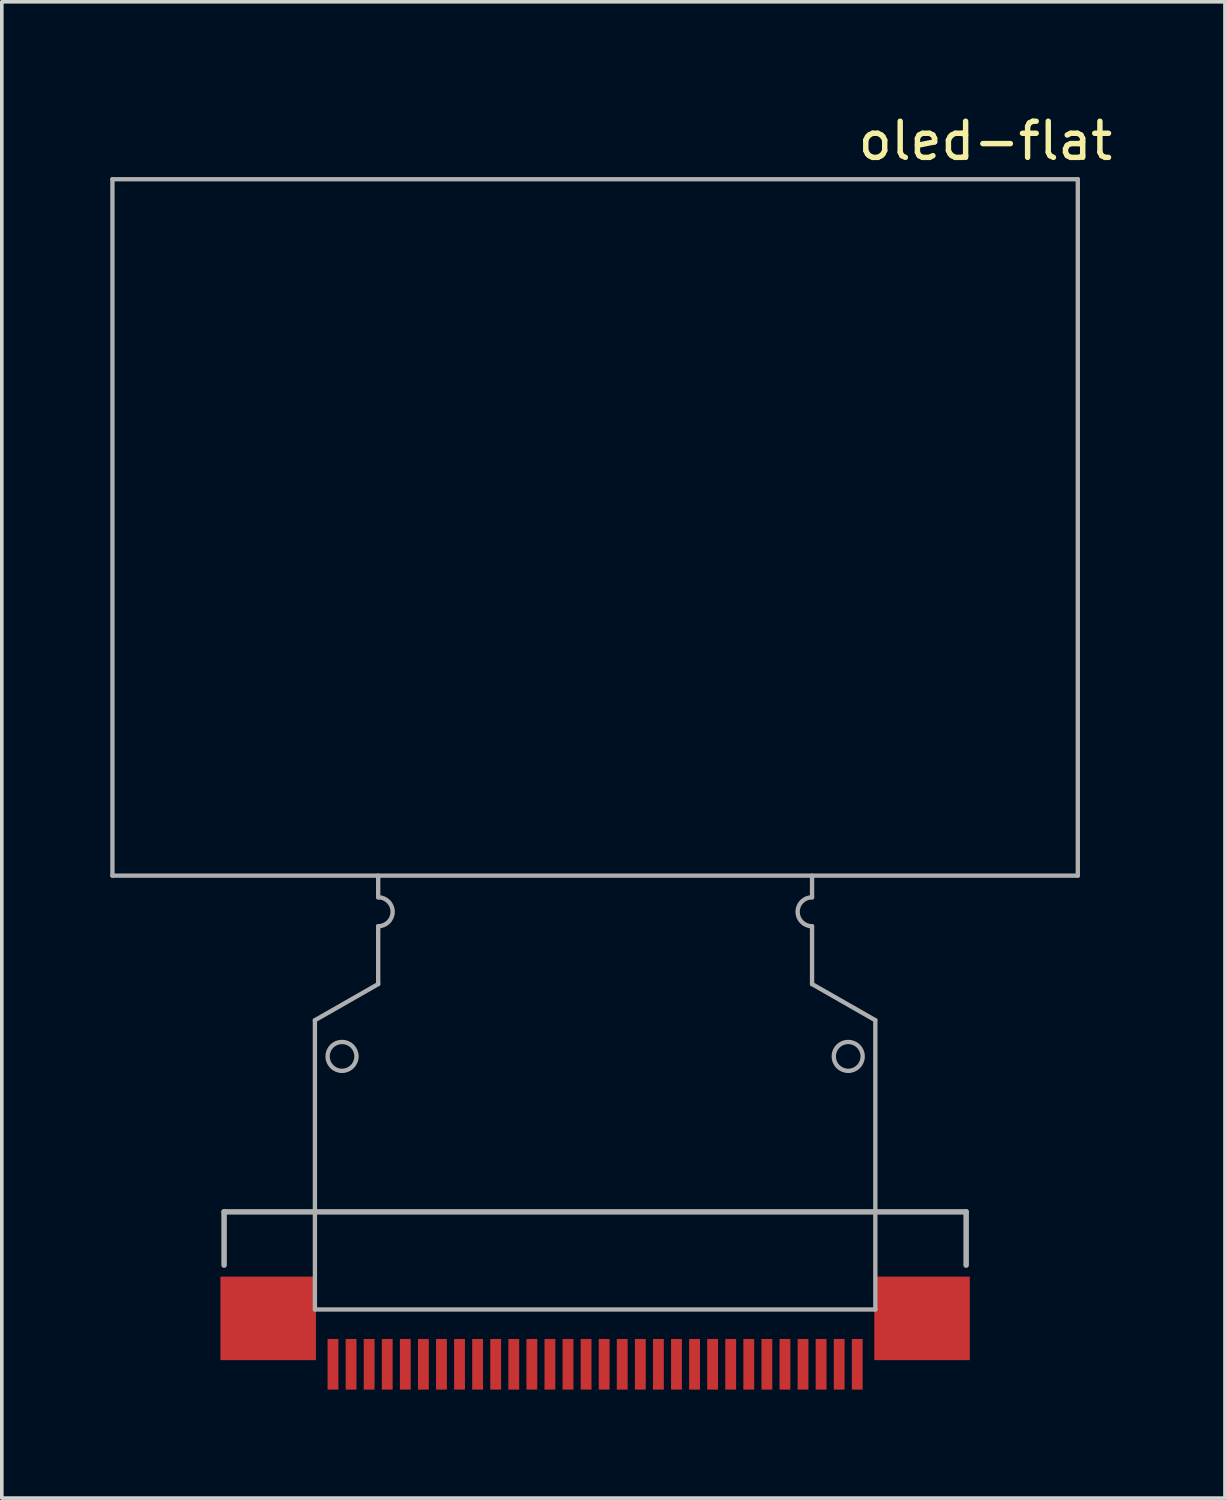
<source format=kicad_pcb>
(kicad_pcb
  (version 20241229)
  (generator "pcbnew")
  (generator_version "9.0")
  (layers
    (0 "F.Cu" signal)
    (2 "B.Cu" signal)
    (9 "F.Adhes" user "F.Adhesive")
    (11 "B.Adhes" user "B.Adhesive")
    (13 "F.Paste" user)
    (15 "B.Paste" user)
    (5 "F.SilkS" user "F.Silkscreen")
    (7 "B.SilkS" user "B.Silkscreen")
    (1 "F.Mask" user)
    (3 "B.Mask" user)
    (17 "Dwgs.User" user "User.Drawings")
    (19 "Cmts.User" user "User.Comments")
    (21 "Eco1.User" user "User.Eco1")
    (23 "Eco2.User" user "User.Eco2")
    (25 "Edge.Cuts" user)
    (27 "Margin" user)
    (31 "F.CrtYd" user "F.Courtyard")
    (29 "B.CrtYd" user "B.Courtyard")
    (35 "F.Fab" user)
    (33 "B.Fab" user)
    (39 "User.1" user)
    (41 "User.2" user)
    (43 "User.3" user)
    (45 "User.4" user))
  (footprint "oled-flat"
    (layer "F.Cu")
    (at 13.41 21.168)
    (property "Reference" "oled-flat" (at 10.795 -20.32 0) (layer "F.SilkS") (effects (font (size 1 1) (thickness 0.15))))
    (attr through_hole)
    (fp_line (start -10.262 9.3) (end -10.262 13.516) (stroke (width 0.152) (type solid)) (layer "Eco2.User"))
    (fp_line (start -10.262 13.516) (end 10.262 13.516) (stroke (width 0.152) (type solid)) (layer "Eco2.User"))
    (fp_line (start 10.262 13.516) (end 10.262 9.3) (stroke (width 0.152) (type solid)) (layer "Eco2.User"))
    (fp_line (start -13.35 -19.26) (end -13.35 0) (stroke (width 0.12) (type solid)) (layer "F.Fab"))
    (fp_line (start -13.35 -19.26) (end 13.35 -19.26) (stroke (width 0.12) (type solid)) (layer "F.Fab"))
    (fp_line (start -13.35 0) (end 13.35 0) (stroke (width 0.12) (type solid)) (layer "F.Fab"))
    (fp_line (start -10.262 9.3) (end -10.262 10.773) (stroke (width 0.152) (type solid)) (layer "F.Fab"))
    (fp_line (start -7.75 4) (end -7.75 12) (stroke (width 0.12) (type solid)) (layer "F.Fab"))
    (fp_line (start -7.75 12) (end 7.75 12) (stroke (width 0.12) (type solid)) (layer "F.Fab"))
    (fp_line (start -6 0) (end -6 0.6) (stroke (width 0.12) (type solid)) (layer "F.Fab"))
    (fp_line (start -6 1.4) (end -6 3) (stroke (width 0.12) (type solid)) (layer "F.Fab"))
    (fp_line (start -6 3) (end -7.75 4) (stroke (width 0.12) (type solid)) (layer "F.Fab"))
    (fp_line (start 6 0) (end 6 0.6) (stroke (width 0.12) (type solid)) (layer "F.Fab"))
    (fp_line (start 6 1.4) (end 6 3) (stroke (width 0.12) (type solid)) (layer "F.Fab"))
    (fp_line (start 6 3) (end 7.75 4) (stroke (width 0.12) (type solid)) (layer "F.Fab"))
    (fp_line (start 7.75 4) (end 7.75 12) (stroke (width 0.12) (type solid)) (layer "F.Fab"))
    (fp_line (start 10.262 9.3) (end -10.262 9.3) (stroke (width 0.152) (type solid)) (layer "F.Fab"))
    (fp_line (start 10.262 10.773) (end 10.262 9.3) (stroke (width 0.152) (type solid)) (layer "F.Fab"))
    (fp_line (start 13.35 -19.26) (end 13.35 0) (stroke (width 0.12) (type solid)) (layer "F.Fab"))
    (fp_arc (start -6 0.6) (mid -5.6 1) (end -6 1.4) (stroke (width 0.12) (type solid)) (layer "F.Fab"))
    (fp_arc (start 6 1.4) (mid 5.6 1) (end 6 0.6) (stroke (width 0.12) (type solid)) (layer "F.Fab"))
    (fp_circle (center -7 5) (end -6.6 5) (stroke (width 0.12) (type solid)) (fill no) (layer "F.Fab"))
    (fp_circle (center 7 5) (end 7.4 5) (stroke (width 0.12) (type solid)) (fill no) (layer "F.Fab"))
    (pad "1" smd rect (at 7.25 13.516 270) (size 1.4 0.3) (layers "F.Cu" "F.Mask" "F.Paste"))
    (pad "2" smd rect (at 6.75 13.516 270) (size 1.4 0.3) (layers "F.Cu" "F.Mask" "F.Paste"))
    (pad "3" smd rect (at 6.25 13.516 270) (size 1.4 0.3) (layers "F.Cu" "F.Mask" "F.Paste"))
    (pad "4" smd rect (at 5.75 13.516 270) (size 1.4 0.3) (layers "F.Cu" "F.Mask" "F.Paste"))
    (pad "5" smd rect (at 5.25 13.516 270) (size 1.4 0.3) (layers "F.Cu" "F.Mask" "F.Paste"))
    (pad "6" smd rect (at 4.75 13.516 270) (size 1.4 0.3) (layers "F.Cu" "F.Mask" "F.Paste"))
    (pad "7" smd rect (at 4.25 13.516 270) (size 1.4 0.3) (layers "F.Cu" "F.Mask" "F.Paste"))
    (pad "8" smd rect (at 3.75 13.516 270) (size 1.4 0.3) (layers "F.Cu" "F.Mask" "F.Paste"))
    (pad "9" smd rect (at 3.25 13.516 270) (size 1.4 0.3) (layers "F.Cu" "F.Mask" "F.Paste"))
    (pad "10" smd rect (at 2.75 13.516 270) (size 1.4 0.3) (layers "F.Cu" "F.Mask" "F.Paste"))
    (pad "11" smd rect (at 2.25 13.516 270) (size 1.4 0.3) (layers "F.Cu" "F.Mask" "F.Paste"))
    (pad "12" smd rect (at 1.75 13.516 270) (size 1.4 0.3) (layers "F.Cu" "F.Mask" "F.Paste"))
    (pad "13" smd rect (at 1.25 13.516 270) (size 1.4 0.3) (layers "F.Cu" "F.Mask" "F.Paste"))
    (pad "14" smd rect (at 0.75 13.516 270) (size 1.4 0.3) (layers "F.Cu" "F.Mask" "F.Paste"))
    (pad "15" smd rect (at 0.25 13.516 270) (size 1.4 0.3) (layers "F.Cu" "F.Mask" "F.Paste"))
    (pad "16" smd rect (at -0.25 13.516 270) (size 1.4 0.3) (layers "F.Cu" "F.Mask" "F.Paste"))
    (pad "17" smd rect (at -0.75 13.516 270) (size 1.4 0.3) (layers "F.Cu" "F.Mask" "F.Paste"))
    (pad "18" smd rect (at -1.25 13.516 270) (size 1.4 0.3) (layers "F.Cu" "F.Mask" "F.Paste"))
    (pad "19" smd rect (at -1.75 13.516 270) (size 1.4 0.3) (layers "F.Cu" "F.Mask" "F.Paste"))
    (pad "20" smd rect (at -2.25 13.516 270) (size 1.4 0.3) (layers "F.Cu" "F.Mask" "F.Paste"))
    (pad "21" smd rect (at -2.75 13.516 270) (size 1.4 0.3) (layers "F.Cu" "F.Mask" "F.Paste"))
    (pad "22" smd rect (at -3.25 13.516 270) (size 1.4 0.3) (layers "F.Cu" "F.Mask" "F.Paste"))
    (pad "23" smd rect (at -3.75 13.516 270) (size 1.4 0.3) (layers "F.Cu" "F.Mask" "F.Paste"))
    (pad "24" smd rect (at -4.25 13.516 270) (size 1.4 0.3) (layers "F.Cu" "F.Mask" "F.Paste"))
    (pad "25" smd rect (at -4.75 13.516 270) (size 1.4 0.3) (layers "F.Cu" "F.Mask" "F.Paste"))
    (pad "26" smd rect (at -5.25 13.516 270) (size 1.4 0.3) (layers "F.Cu" "F.Mask" "F.Paste"))
    (pad "27" smd rect (at -5.75 13.516 270) (size 1.4 0.3) (layers "F.Cu" "F.Mask" "F.Paste"))
    (pad "28" smd rect (at -6.25 13.516 270) (size 1.4 0.3) (layers "F.Cu" "F.Mask" "F.Paste"))
    (pad "29" smd rect (at -6.75 13.516 270) (size 1.4 0.3) (layers "F.Cu" "F.Mask" "F.Paste"))
    (pad "30" smd rect (at -7.25 13.516 270) (size 1.4 0.3) (layers "F.Cu" "F.Mask" "F.Paste"))
    (pad "31" smd rect (at -9.042 12.246) (size 2.642 2.311) (layers "F.Cu" "F.Mask" "F.Paste"))
    (pad "32" smd rect (at 9.042 12.246) (size 2.642 2.311) (layers "F.Cu" "F.Mask" "F.Paste")))
  (gr_rect
    (start -3 -3)
    (end 30.83 38.385)
    (stroke (width 0.1) (type default))
    (fill no)
    (layer "Edge.Cuts")))
</source>
